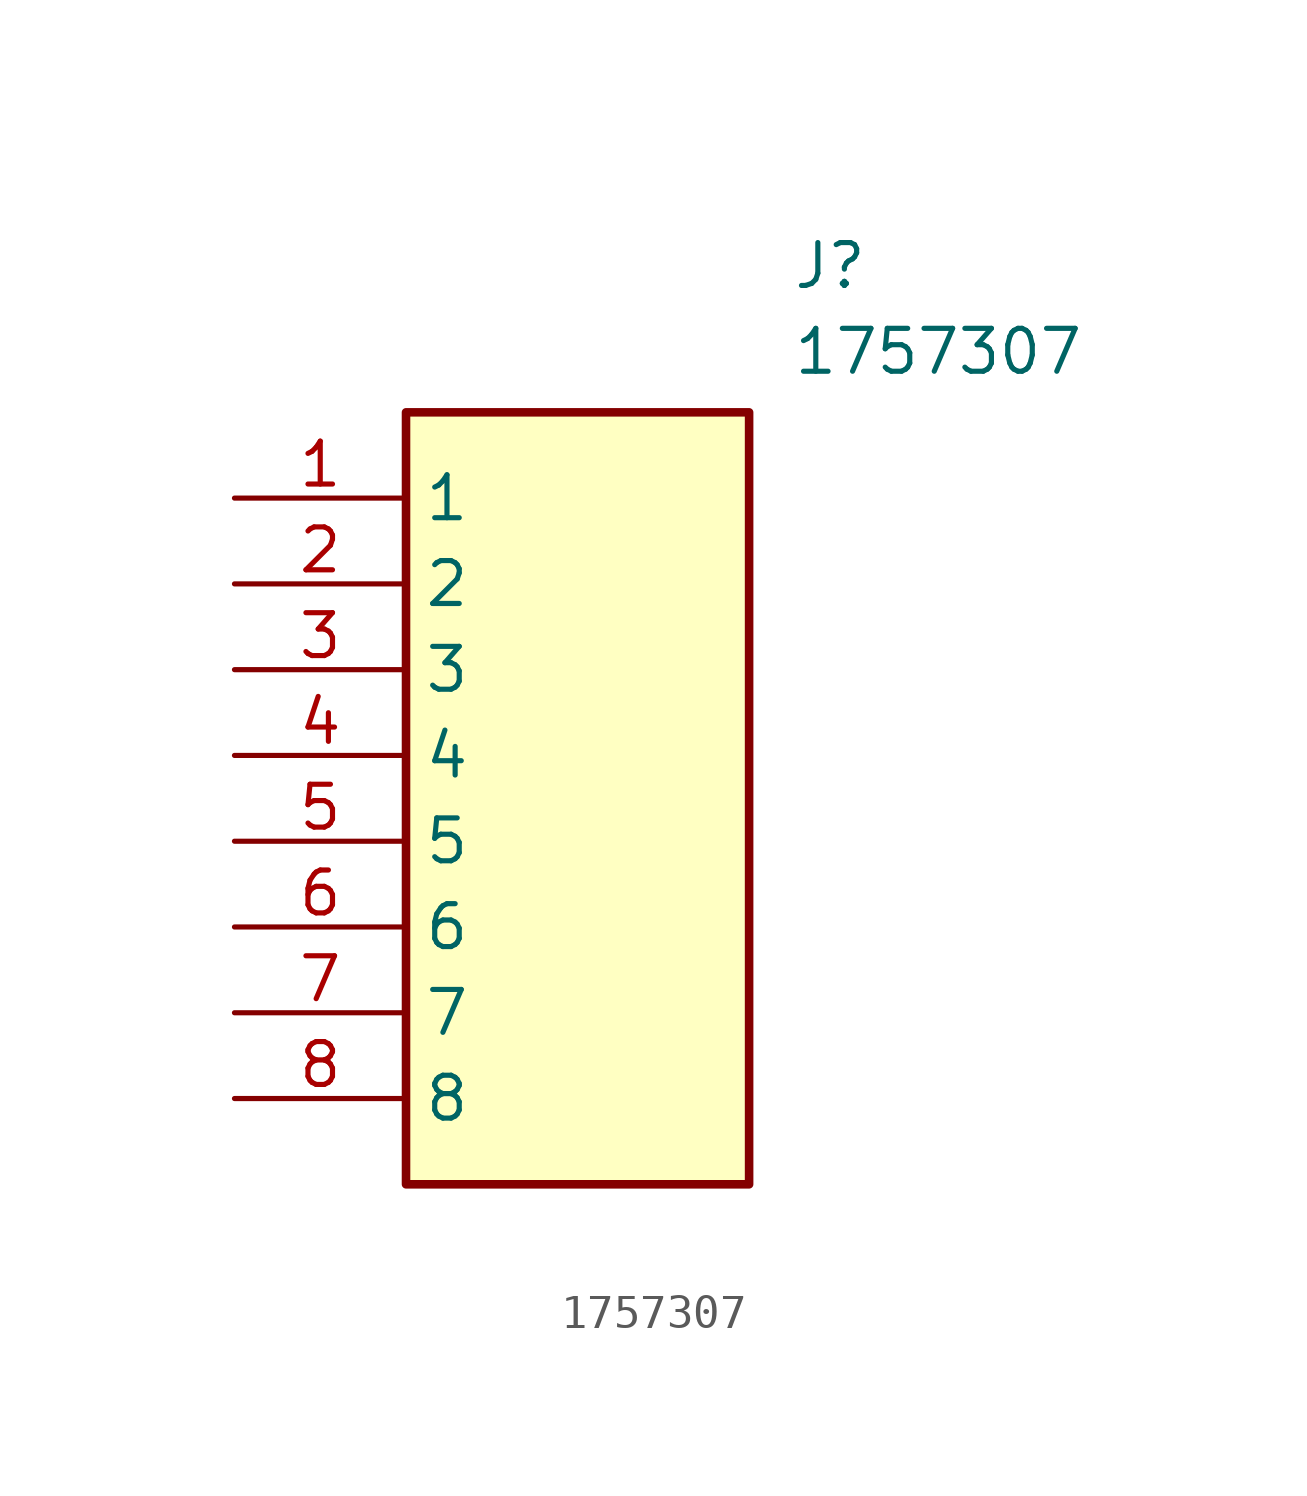
<source format=kicad_sym>
(kicad_symbol_lib
  (version 20211014)
  (generator SamacSys_ECAD_Model)
  (symbol "1757307"
    (property "Reference" "J"
      (at 16.51 7.62 0)
      (effects (font (size 1.27 1.27)) (justify left top)))
    (property "Value" "1757307"
      (at 16.51 5.08 0)
      (effects (font (size 1.27 1.27)) (justify left top)))
    (rectangle
      (start 5.08 2.54)
      (end 15.24 -20.32)
      (stroke (width 0.254) (type default))
      (fill (type background)))
    (pin passive line
      (at 0 0 0)
      (length 5.08)
      (name "1" (effects (font (size 1.27 1.27))))
      (number "1" (effects (font (size 1.27 1.27)))))
    (pin passive line
      (at 0 -2.54 0)
      (length 5.08)
      (name "2" (effects (font (size 1.27 1.27))))
      (number "2" (effects (font (size 1.27 1.27)))))
    (pin passive line
      (at 0 -5.08 0)
      (length 5.08)
      (name "3" (effects (font (size 1.27 1.27))))
      (number "3" (effects (font (size 1.27 1.27)))))
    (pin passive line
      (at 0 -7.62 0)
      (length 5.08)
      (name "4" (effects (font (size 1.27 1.27))))
      (number "4" (effects (font (size 1.27 1.27)))))
    (pin passive line
      (at 0 -10.16 0)
      (length 5.08)
      (name "5" (effects (font (size 1.27 1.27))))
      (number "5" (effects (font (size 1.27 1.27)))))
    (pin passive line
      (at 0 -12.7 0)
      (length 5.08)
      (name "6" (effects (font (size 1.27 1.27))))
      (number "6" (effects (font (size 1.27 1.27)))))
    (pin passive line
      (at 0 -15.24 0)
      (length 5.08)
      (name "7" (effects (font (size 1.27 1.27))))
      (number "7" (effects (font (size 1.27 1.27)))))
    (pin passive line
      (at 0 -17.78 0)
      (length 5.08)
      (name "8" (effects (font (size 1.27 1.27))))
      (number "8" (effects (font (size 1.27 1.27)))))))
</source>
